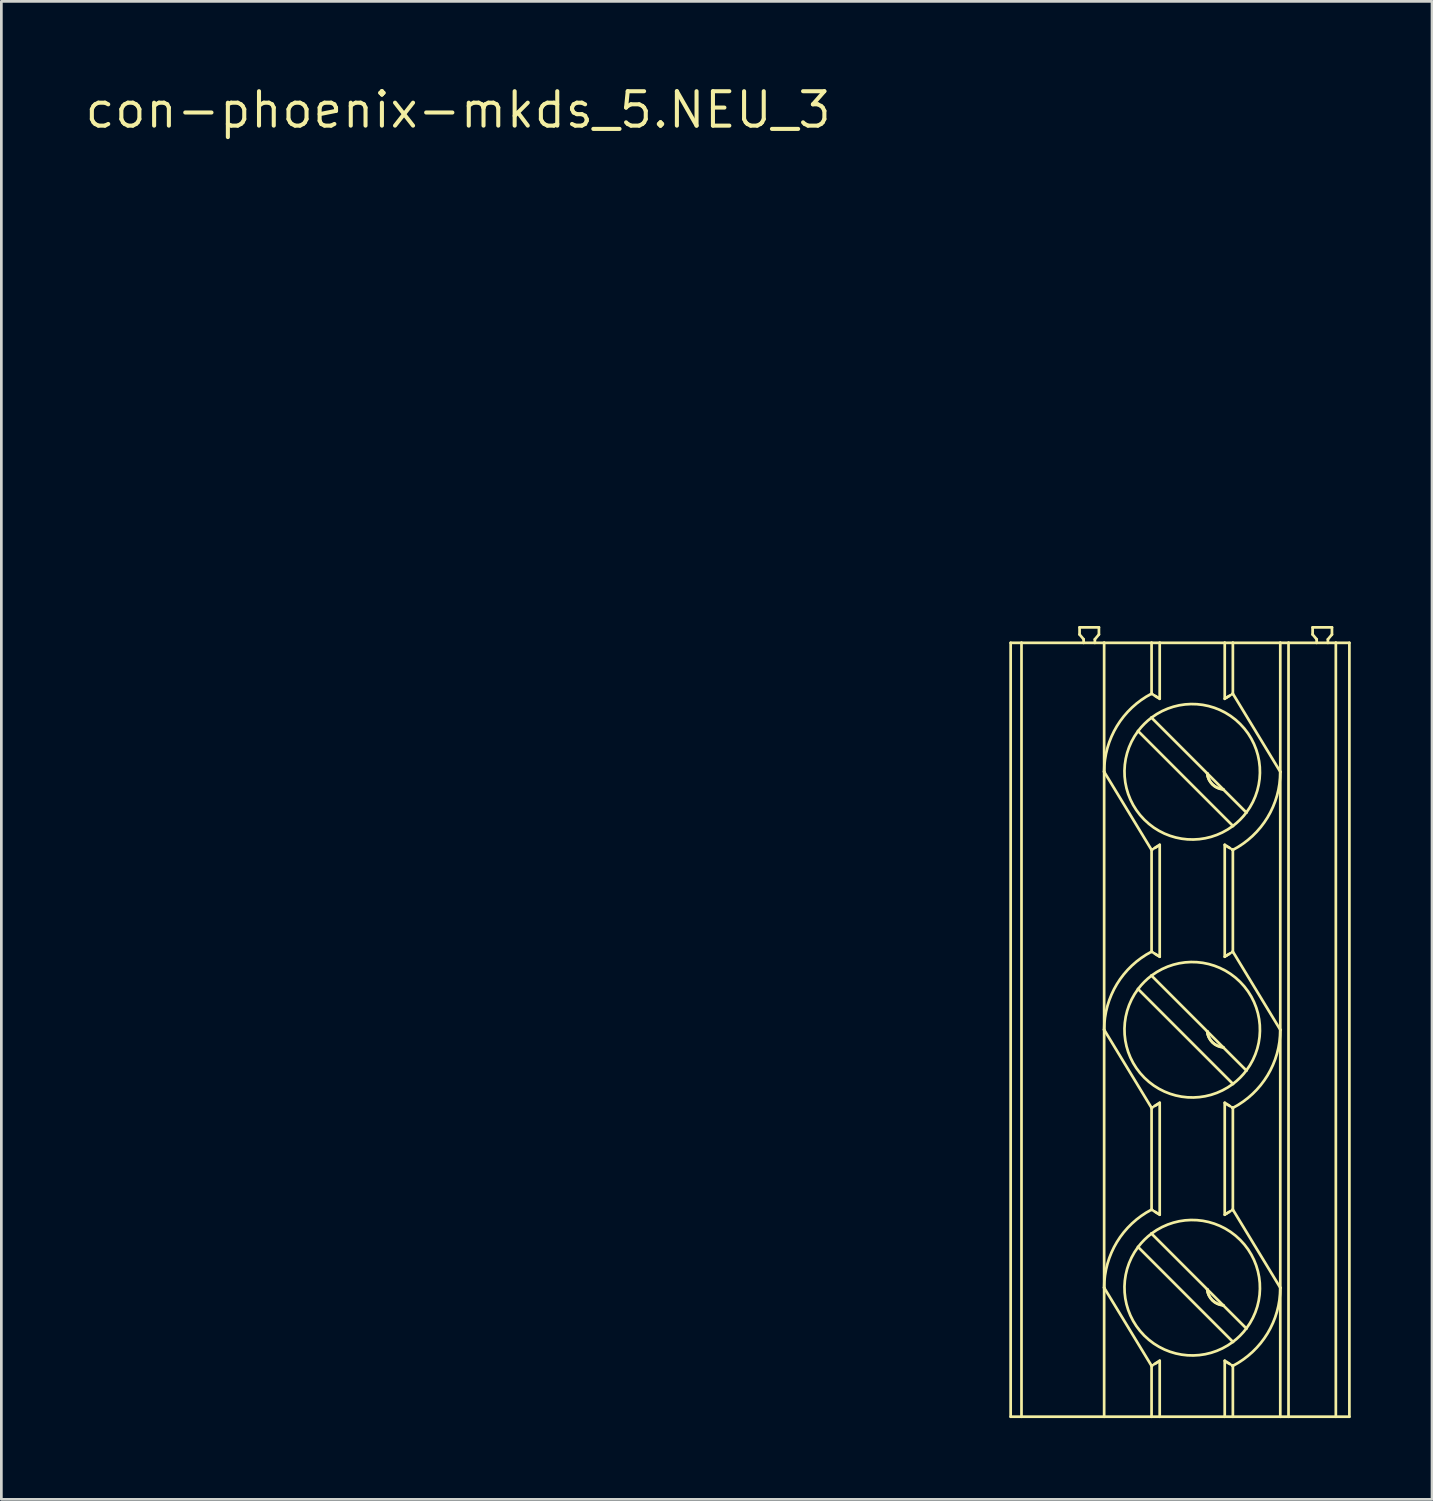
<source format=kicad_pcb>
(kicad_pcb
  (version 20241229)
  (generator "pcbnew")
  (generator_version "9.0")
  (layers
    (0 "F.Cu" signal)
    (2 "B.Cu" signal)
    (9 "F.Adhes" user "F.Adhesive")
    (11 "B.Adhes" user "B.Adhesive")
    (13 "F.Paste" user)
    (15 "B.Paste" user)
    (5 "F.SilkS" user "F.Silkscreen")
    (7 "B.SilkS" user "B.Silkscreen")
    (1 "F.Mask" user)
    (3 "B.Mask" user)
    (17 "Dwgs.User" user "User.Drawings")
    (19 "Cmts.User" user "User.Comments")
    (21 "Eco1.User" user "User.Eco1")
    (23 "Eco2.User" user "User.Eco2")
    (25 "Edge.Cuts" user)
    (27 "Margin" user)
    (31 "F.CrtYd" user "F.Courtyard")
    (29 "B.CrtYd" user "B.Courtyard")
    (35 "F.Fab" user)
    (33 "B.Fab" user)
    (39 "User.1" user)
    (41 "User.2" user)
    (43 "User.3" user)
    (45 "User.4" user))
  (footprint "con-phoenix-mkds_5.NEU_3"
    (layer "F.Cu")
    (at 13.856 1.006)
    (property "Reference" "con-phoenix-mkds_5.NEU_3" (at 0 0 0) (layer "F.SilkS") (effects (font (size 1.27 1.27) (thickness 0.15))))
    (fp_line (start 20.391 48.226) (end 20.391 19.666) (stroke (width 0.1) (type default)) (layer "F.SilkS"))
    (fp_line (start 20.391 48.226) (end 20.791 48.226) (stroke (width 0.1) (type default)) (layer "F.SilkS"))
    (fp_line (start 20.791 19.666) (end 20.391 19.666) (stroke (width 0.1) (type default)) (layer "F.SilkS"))
    (fp_line (start 20.791 19.666) (end 20.791 48.226) (stroke (width 0.1) (type default)) (layer "F.SilkS"))
    (fp_line (start 20.791 19.666) (end 23.084 19.666) (stroke (width 0.1) (type default)) (layer "F.SilkS"))
    (fp_line (start 20.791 48.226) (end 23.841 48.226) (stroke (width 0.1) (type default)) (layer "F.SilkS"))
    (fp_line (start 22.934 19.096) (end 23.648 19.096) (stroke (width 0.1) (type default)) (layer "F.SilkS"))
    (fp_line (start 22.934 19.359) (end 22.934 19.096) (stroke (width 0.1) (type default)) (layer "F.SilkS"))
    (fp_line (start 23.084 19.537) (end 22.934 19.359) (stroke (width 0.1) (type default)) (layer "F.SilkS"))
    (fp_line (start 23.084 19.666) (end 23.084 19.537) (stroke (width 0.1) (type default)) (layer "F.SilkS"))
    (fp_line (start 23.084 19.666) (end 23.498 19.666) (stroke (width 0.1) (type default)) (layer "F.SilkS"))
    (fp_line (start 23.498 19.537) (end 23.498 19.666) (stroke (width 0.1) (type default)) (layer "F.SilkS"))
    (fp_line (start 23.498 19.666) (end 23.841 19.666) (stroke (width 0.1) (type default)) (layer "F.SilkS"))
    (fp_line (start 23.648 19.359) (end 23.498 19.537) (stroke (width 0.1) (type default)) (layer "F.SilkS"))
    (fp_line (start 23.648 19.359) (end 23.648 19.096) (stroke (width 0.1) (type default)) (layer "F.SilkS"))
    (fp_line (start 23.841 19.666) (end 25.591 19.666) (stroke (width 0.1) (type default)) (layer "F.SilkS"))
    (fp_line (start 23.841 24.426) (end 23.841 19.666) (stroke (width 0.1) (type default)) (layer "F.SilkS"))
    (fp_line (start 23.841 24.426) (end 23.841 33.946) (stroke (width 0.1) (type default)) (layer "F.SilkS"))
    (fp_line (start 23.841 24.426) (end 25.591 27.309) (stroke (width 0.1) (type default)) (layer "F.SilkS"))
    (fp_line (start 23.841 33.946) (end 23.841 43.466) (stroke (width 0.1) (type default)) (layer "F.SilkS"))
    (fp_line (start 23.841 33.946) (end 25.591 36.829) (stroke (width 0.1) (type default)) (layer "F.SilkS"))
    (fp_line (start 23.841 43.466) (end 23.841 48.226) (stroke (width 0.1) (type default)) (layer "F.SilkS"))
    (fp_line (start 23.841 43.466) (end 25.591 46.349) (stroke (width 0.1) (type default)) (layer "F.SilkS"))
    (fp_line (start 25.591 19.666) (end 25.891 19.666) (stroke (width 0.1) (type default)) (layer "F.SilkS"))
    (fp_line (start 25.591 21.543) (end 25.591 19.666) (stroke (width 0.1) (type default)) (layer "F.SilkS"))
    (fp_line (start 25.591 31.063) (end 25.591 27.309) (stroke (width 0.1) (type default)) (layer "F.SilkS"))
    (fp_line (start 25.591 40.583) (end 25.591 36.829) (stroke (width 0.1) (type default)) (layer "F.SilkS"))
    (fp_line (start 25.591 48.226) (end 23.841 48.226) (stroke (width 0.1) (type default)) (layer "F.SilkS"))
    (fp_line (start 25.591 48.226) (end 25.591 46.349) (stroke (width 0.1) (type default)) (layer "F.SilkS"))
    (fp_line (start 25.591 48.226) (end 25.891 48.226) (stroke (width 0.1) (type default)) (layer "F.SilkS"))
    (fp_line (start 25.602 21.549) (end 25.613 21.556) (stroke (width 0.1) (type default)) (layer "F.SilkS"))
    (fp_line (start 25.602 31.069) (end 25.613 31.076) (stroke (width 0.1) (type default)) (layer "F.SilkS"))
    (fp_line (start 25.602 40.589) (end 25.613 40.596) (stroke (width 0.1) (type default)) (layer "F.SilkS"))
    (fp_line (start 25.613 21.556) (end 25.625 21.564) (stroke (width 0.1) (type default)) (layer "F.SilkS"))
    (fp_line (start 25.613 27.296) (end 25.602 27.303) (stroke (width 0.1) (type default)) (layer "F.SilkS"))
    (fp_line (start 25.613 31.076) (end 25.625 31.084) (stroke (width 0.1) (type default)) (layer "F.SilkS"))
    (fp_line (start 25.613 36.816) (end 25.602 36.823) (stroke (width 0.1) (type default)) (layer "F.SilkS"))
    (fp_line (start 25.613 40.596) (end 25.625 40.604) (stroke (width 0.1) (type default)) (layer "F.SilkS"))
    (fp_line (start 25.613 46.336) (end 25.602 46.343) (stroke (width 0.1) (type default)) (layer "F.SilkS"))
    (fp_line (start 25.625 27.288) (end 25.613 27.296) (stroke (width 0.1) (type default)) (layer "F.SilkS"))
    (fp_line (start 25.625 36.808) (end 25.613 36.816) (stroke (width 0.1) (type default)) (layer "F.SilkS"))
    (fp_line (start 25.625 46.328) (end 25.613 46.336) (stroke (width 0.1) (type default)) (layer "F.SilkS"))
    (fp_line (start 25.688 21.603) (end 25.751 21.642) (stroke (width 0.1) (type default)) (layer "F.SilkS"))
    (fp_line (start 25.688 31.123) (end 25.751 31.162) (stroke (width 0.1) (type default)) (layer "F.SilkS"))
    (fp_line (start 25.688 40.643) (end 25.751 40.682) (stroke (width 0.1) (type default)) (layer "F.SilkS"))
    (fp_line (start 25.751 21.642) (end 25.814 21.681) (stroke (width 0.1) (type default)) (layer "F.SilkS"))
    (fp_line (start 25.751 27.21) (end 25.688 27.249) (stroke (width 0.1) (type default)) (layer "F.SilkS"))
    (fp_line (start 25.751 36.73) (end 25.688 36.769) (stroke (width 0.1) (type default)) (layer "F.SilkS"))
    (fp_line (start 25.751 40.682) (end 25.814 40.721) (stroke (width 0.1) (type default)) (layer "F.SilkS"))
    (fp_line (start 25.751 46.25) (end 25.688 46.289) (stroke (width 0.1) (type default)) (layer "F.SilkS"))
    (fp_line (start 25.751 31.162) (end 25.814 31.201) (stroke (width 0.1) (type default)) (layer "F.SilkS"))
    (fp_line (start 25.814 27.171) (end 25.751 27.21) (stroke (width 0.1) (type default)) (layer "F.SilkS"))
    (fp_line (start 25.814 36.691) (end 25.751 36.73) (stroke (width 0.1) (type default)) (layer "F.SilkS"))
    (fp_line (start 25.814 46.211) (end 25.751 46.25) (stroke (width 0.1) (type default)) (layer "F.SilkS"))
    (fp_line (start 25.891 21.731) (end 25.891 19.666) (stroke (width 0.1) (type default)) (layer "F.SilkS"))
    (fp_line (start 25.891 31.251) (end 25.891 27.121) (stroke (width 0.1) (type default)) (layer "F.SilkS"))
    (fp_line (start 25.891 40.771) (end 25.891 36.641) (stroke (width 0.1) (type default)) (layer "F.SilkS"))
    (fp_line (start 25.891 48.226) (end 25.891 46.161) (stroke (width 0.1) (type default)) (layer "F.SilkS"))
    (fp_line (start 25.891 48.226) (end 28.291 48.226) (stroke (width 0.1) (type default)) (layer "F.SilkS"))
    (fp_line (start 27.644 24.484) (end 25.588 22.428) (stroke (width 0.1) (type default)) (layer "F.SilkS"))
    (fp_line (start 27.644 34.004) (end 25.588 31.948) (stroke (width 0.1) (type default)) (layer "F.SilkS"))
    (fp_line (start 27.644 43.524) (end 25.588 41.468) (stroke (width 0.1) (type default)) (layer "F.SilkS"))
    (fp_line (start 28.233 25.073) (end 27.644 24.484) (stroke (width 0.1) (type default)) (layer "F.SilkS"))
    (fp_line (start 28.233 34.593) (end 27.644 34.004) (stroke (width 0.1) (type default)) (layer "F.SilkS"))
    (fp_line (start 28.233 44.113) (end 27.644 43.524) (stroke (width 0.1) (type default)) (layer "F.SilkS"))
    (fp_line (start 28.291 19.666) (end 25.891 19.666) (stroke (width 0.1) (type default)) (layer "F.SilkS"))
    (fp_line (start 28.291 19.666) (end 28.291 21.731) (stroke (width 0.1) (type default)) (layer "F.SilkS"))
    (fp_line (start 28.291 27.121) (end 28.291 31.251) (stroke (width 0.1) (type default)) (layer "F.SilkS"))
    (fp_line (start 28.291 36.641) (end 28.291 40.771) (stroke (width 0.1) (type default)) (layer "F.SilkS"))
    (fp_line (start 28.291 46.161) (end 28.291 48.226) (stroke (width 0.1) (type default)) (layer "F.SilkS"))
    (fp_line (start 28.369 21.681) (end 28.431 21.642) (stroke (width 0.1) (type default)) (layer "F.SilkS"))
    (fp_line (start 28.369 31.201) (end 28.431 31.162) (stroke (width 0.1) (type default)) (layer "F.SilkS"))
    (fp_line (start 28.369 40.721) (end 28.431 40.682) (stroke (width 0.1) (type default)) (layer "F.SilkS"))
    (fp_line (start 28.431 21.642) (end 28.494 21.603) (stroke (width 0.1) (type default)) (layer "F.SilkS"))
    (fp_line (start 28.431 31.162) (end 28.494 31.123) (stroke (width 0.1) (type default)) (layer "F.SilkS"))
    (fp_line (start 28.431 36.73) (end 28.369 36.691) (stroke (width 0.1) (type default)) (layer "F.SilkS"))
    (fp_line (start 28.431 27.21) (end 28.369 27.171) (stroke (width 0.1) (type default)) (layer "F.SilkS"))
    (fp_line (start 28.431 40.682) (end 28.494 40.643) (stroke (width 0.1) (type default)) (layer "F.SilkS"))
    (fp_line (start 28.431 46.25) (end 28.369 46.211) (stroke (width 0.1) (type default)) (layer "F.SilkS"))
    (fp_line (start 28.494 27.249) (end 28.431 27.21) (stroke (width 0.1) (type default)) (layer "F.SilkS"))
    (fp_line (start 28.494 36.769) (end 28.431 36.73) (stroke (width 0.1) (type default)) (layer "F.SilkS"))
    (fp_line (start 28.494 46.289) (end 28.431 46.25) (stroke (width 0.1) (type default)) (layer "F.SilkS"))
    (fp_line (start 28.557 21.564) (end 28.569 21.556) (stroke (width 0.1) (type default)) (layer "F.SilkS"))
    (fp_line (start 28.557 31.084) (end 28.569 31.077) (stroke (width 0.1) (type default)) (layer "F.SilkS"))
    (fp_line (start 28.557 40.604) (end 28.569 40.597) (stroke (width 0.1) (type default)) (layer "F.SilkS"))
    (fp_line (start 28.569 21.556) (end 28.58 21.549) (stroke (width 0.1) (type default)) (layer "F.SilkS"))
    (fp_line (start 28.569 27.296) (end 28.557 27.288) (stroke (width 0.1) (type default)) (layer "F.SilkS"))
    (fp_line (start 28.569 31.077) (end 28.58 31.069) (stroke (width 0.1) (type default)) (layer "F.SilkS"))
    (fp_line (start 28.569 36.816) (end 28.557 36.808) (stroke (width 0.1) (type default)) (layer "F.SilkS"))
    (fp_line (start 28.569 40.597) (end 28.58 40.589) (stroke (width 0.1) (type default)) (layer "F.SilkS"))
    (fp_line (start 28.569 46.336) (end 28.557 46.328) (stroke (width 0.1) (type default)) (layer "F.SilkS"))
    (fp_line (start 28.58 27.303) (end 28.569 27.296) (stroke (width 0.1) (type default)) (layer "F.SilkS"))
    (fp_line (start 28.58 36.823) (end 28.569 36.816) (stroke (width 0.1) (type default)) (layer "F.SilkS"))
    (fp_line (start 28.58 46.343) (end 28.569 46.336) (stroke (width 0.1) (type default)) (layer "F.SilkS"))
    (fp_line (start 28.591 19.666) (end 28.291 19.666) (stroke (width 0.1) (type default)) (layer "F.SilkS"))
    (fp_line (start 28.591 19.666) (end 28.591 21.543) (stroke (width 0.1) (type default)) (layer "F.SilkS"))
    (fp_line (start 28.591 19.666) (end 30.341 19.666) (stroke (width 0.1) (type default)) (layer "F.SilkS"))
    (fp_line (start 28.591 27.309) (end 28.591 31.063) (stroke (width 0.1) (type default)) (layer "F.SilkS"))
    (fp_line (start 28.591 36.829) (end 28.591 40.583) (stroke (width 0.1) (type default)) (layer "F.SilkS"))
    (fp_line (start 28.591 46.349) (end 28.591 48.226) (stroke (width 0.1) (type default)) (layer "F.SilkS"))
    (fp_line (start 28.591 48.226) (end 28.291 48.226) (stroke (width 0.1) (type default)) (layer "F.SilkS"))
    (fp_line (start 28.591 48.226) (end 30.341 48.226) (stroke (width 0.1) (type default)) (layer "F.SilkS"))
    (fp_line (start 28.594 26.424) (end 25.093 22.923) (stroke (width 0.1) (type default)) (layer "F.SilkS"))
    (fp_line (start 28.594 35.944) (end 25.093 32.443) (stroke (width 0.1) (type default)) (layer "F.SilkS"))
    (fp_line (start 28.594 45.464) (end 25.093 41.963) (stroke (width 0.1) (type default)) (layer "F.SilkS"))
    (fp_line (start 29.089 25.929) (end 28.233 25.073) (stroke (width 0.1) (type default)) (layer "F.SilkS"))
    (fp_line (start 29.089 35.449) (end 28.233 34.593) (stroke (width 0.1) (type default)) (layer "F.SilkS"))
    (fp_line (start 29.089 44.969) (end 28.233 44.113) (stroke (width 0.1) (type default)) (layer "F.SilkS"))
    (fp_line (start 30.341 19.666) (end 30.645 19.666) (stroke (width 0.1) (type default)) (layer "F.SilkS"))
    (fp_line (start 30.341 24.426) (end 28.591 21.543) (stroke (width 0.1) (type default)) (layer "F.SilkS"))
    (fp_line (start 30.341 24.426) (end 30.341 19.666) (stroke (width 0.1) (type default)) (layer "F.SilkS"))
    (fp_line (start 30.341 33.946) (end 28.591 31.063) (stroke (width 0.1) (type default)) (layer "F.SilkS"))
    (fp_line (start 30.341 33.946) (end 30.341 24.426) (stroke (width 0.1) (type default)) (layer "F.SilkS"))
    (fp_line (start 30.341 43.466) (end 28.591 40.583) (stroke (width 0.1) (type default)) (layer "F.SilkS"))
    (fp_line (start 30.341 43.466) (end 30.341 33.946) (stroke (width 0.1) (type default)) (layer "F.SilkS"))
    (fp_line (start 30.341 43.466) (end 30.341 48.226) (stroke (width 0.1) (type default)) (layer "F.SilkS"))
    (fp_line (start 30.341 48.226) (end 30.645 48.226) (stroke (width 0.1) (type default)) (layer "F.SilkS"))
    (fp_line (start 30.645 19.666) (end 31.684 19.666) (stroke (width 0.1) (type default)) (layer "F.SilkS"))
    (fp_line (start 30.645 48.226) (end 30.645 19.666) (stroke (width 0.1) (type default)) (layer "F.SilkS"))
    (fp_line (start 30.645 48.226) (end 32.391 48.226) (stroke (width 0.1) (type default)) (layer "F.SilkS"))
    (fp_line (start 31.534 19.096) (end 32.248 19.096) (stroke (width 0.1) (type default)) (layer "F.SilkS"))
    (fp_line (start 31.534 19.359) (end 31.534 19.096) (stroke (width 0.1) (type default)) (layer "F.SilkS"))
    (fp_line (start 31.684 19.537) (end 31.534 19.359) (stroke (width 0.1) (type default)) (layer "F.SilkS"))
    (fp_line (start 31.684 19.666) (end 31.684 19.537) (stroke (width 0.1) (type default)) (layer "F.SilkS"))
    (fp_line (start 31.684 19.666) (end 32.098 19.666) (stroke (width 0.1) (type default)) (layer "F.SilkS"))
    (fp_line (start 32.098 19.537) (end 32.098 19.666) (stroke (width 0.1) (type default)) (layer "F.SilkS"))
    (fp_line (start 32.098 19.537) (end 32.248 19.359) (stroke (width 0.1) (type default)) (layer "F.SilkS"))
    (fp_line (start 32.098 19.666) (end 32.391 19.666) (stroke (width 0.1) (type default)) (layer "F.SilkS"))
    (fp_line (start 32.248 19.096) (end 32.248 19.359) (stroke (width 0.1) (type default)) (layer "F.SilkS"))
    (fp_line (start 32.391 48.226) (end 32.391 19.666) (stroke (width 0.1) (type default)) (layer "F.SilkS"))
    (fp_line (start 32.891 19.666) (end 32.391 19.666) (stroke (width 0.1) (type default)) (layer "F.SilkS"))
    (fp_line (start 32.891 19.666) (end 32.891 48.226) (stroke (width 0.1) (type default)) (layer "F.SilkS"))
    (fp_line (start 32.891 48.226) (end 32.391 48.226) (stroke (width 0.1) (type default)) (layer "F.SilkS"))
    (fp_arc (start 23.841 24.426) (mid 24.312747 22.739681) (end 25.591 21.5429) (stroke (width 0.1) (type default)) (layer "F.SilkS"))
    (fp_arc (start 23.841 33.946) (mid 24.312747 32.259681) (end 25.591 31.0629) (stroke (width 0.1) (type default)) (layer "F.SilkS"))
    (fp_arc (start 23.841 43.466) (mid 24.312747 41.779681) (end 25.591 40.5829) (stroke (width 0.1) (type default)) (layer "F.SilkS"))
    (fp_arc (start 25.0932 22.9231) (mid 25.323245 22.658245) (end 25.5881 22.4282) (stroke (width 0.1) (type default)) (layer "F.SilkS"))
    (fp_arc (start 25.0932 32.4431) (mid 25.323245 32.178245) (end 25.5881 31.9482) (stroke (width 0.1) (type default)) (layer "F.SilkS"))
    (fp_arc (start 25.0932 41.9631) (mid 25.323245 41.698245) (end 25.5881 41.4682) (stroke (width 0.1) (type default)) (layer "F.SilkS"))
    (fp_arc (start 25.5881 22.4282) (mid 28.858755 22.658245) (end 29.0888 25.9289) (stroke (width 0.1) (type default)) (layer "F.SilkS"))
    (fp_arc (start 25.5881 31.9482) (mid 28.858755 32.178245) (end 29.0888 35.4489) (stroke (width 0.1) (type default)) (layer "F.SilkS"))
    (fp_arc (start 25.5881 41.4682) (mid 28.858755 41.698245) (end 29.0888 44.9689) (stroke (width 0.1) (type default)) (layer "F.SilkS"))
    (fp_arc (start 25.8135 21.6813) (mid 25.852302 21.70612) (end 25.891 21.7311) (stroke (width 0.1) (type default)) (layer "F.SilkS"))
    (fp_arc (start 25.8135 31.2013) (mid 25.852302 31.226119) (end 25.891 31.2511) (stroke (width 0.1) (type default)) (layer "F.SilkS"))
    (fp_arc (start 25.8135 40.7213) (mid 25.852302 40.746119) (end 25.891 40.7711) (stroke (width 0.1) (type default)) (layer "F.SilkS"))
    (fp_arc (start 25.891 27.1209) (mid 25.852302 27.145931) (end 25.8135 27.1708) (stroke (width 0.1) (type default)) (layer "F.SilkS"))
    (fp_arc (start 25.891 36.6409) (mid 25.852302 36.665931) (end 25.8135 36.6908) (stroke (width 0.1) (type default)) (layer "F.SilkS"))
    (fp_arc (start 25.891 46.1609) (mid 25.852302 46.185931) (end 25.8135 46.2108) (stroke (width 0.1) (type default)) (layer "F.SilkS"))
    (fp_arc (start 28.2334 25.0734) (mid 27.831411 24.885589) (end 27.6436 24.4836) (stroke (width 0.1) (type default)) (layer "F.SilkS"))
    (fp_arc (start 28.2334 25.0734) (mid 27.831411 24.885589) (end 27.6436 24.4836) (stroke (width 0.1) (type default)) (layer "F.SilkS"))
    (fp_arc (start 28.2334 34.5934) (mid 27.831411 34.405589) (end 27.6436 34.0036) (stroke (width 0.1) (type default)) (layer "F.SilkS"))
    (fp_arc (start 28.2334 34.5934) (mid 27.831411 34.405589) (end 27.6436 34.0036) (stroke (width 0.1) (type default)) (layer "F.SilkS"))
    (fp_arc (start 28.2334 44.1134) (mid 27.831411 43.925589) (end 27.6436 43.5236) (stroke (width 0.1) (type default)) (layer "F.SilkS"))
    (fp_arc (start 28.2334 44.1134) (mid 27.831411 43.925589) (end 27.6436 43.5236) (stroke (width 0.1) (type default)) (layer "F.SilkS"))
    (fp_arc (start 28.291 21.7311) (mid 28.329698 21.706119) (end 28.3685 21.6813) (stroke (width 0.1) (type default)) (layer "F.SilkS"))
    (fp_arc (start 28.291 31.2511) (mid 28.329698 31.226119) (end 28.3685 31.2013) (stroke (width 0.1) (type default)) (layer "F.SilkS"))
    (fp_arc (start 28.291 40.7711) (mid 28.329698 40.746119) (end 28.3685 40.7213) (stroke (width 0.1) (type default)) (layer "F.SilkS"))
    (fp_arc (start 28.3685 27.1708) (mid 28.329698 27.145931) (end 28.291 27.1209) (stroke (width 0.1) (type default)) (layer "F.SilkS"))
    (fp_arc (start 28.3685 36.6908) (mid 28.329698 36.66593) (end 28.291 36.6409) (stroke (width 0.1) (type default)) (layer "F.SilkS"))
    (fp_arc (start 28.3685 46.2108) (mid 28.329698 46.185931) (end 28.291 46.1609) (stroke (width 0.1) (type default)) (layer "F.SilkS"))
    (fp_arc (start 28.5939 26.4238) (mid 25.323245 26.193755) (end 25.0932 22.9231) (stroke (width 0.1) (type default)) (layer "F.SilkS"))
    (fp_arc (start 28.5939 35.9438) (mid 25.323245 35.713755) (end 25.0932 32.4431) (stroke (width 0.1) (type default)) (layer "F.SilkS"))
    (fp_arc (start 28.5939 45.4638) (mid 25.323245 45.233755) (end 25.0932 41.9631) (stroke (width 0.1) (type default)) (layer "F.SilkS"))
    (fp_arc (start 29.0888 25.9289) (mid 28.858755 26.193755) (end 28.5939 26.4238) (stroke (width 0.1) (type default)) (layer "F.SilkS"))
    (fp_arc (start 29.0888 35.4489) (mid 28.858755 35.713755) (end 28.5939 35.9438) (stroke (width 0.1) (type default)) (layer "F.SilkS"))
    (fp_arc (start 29.0888 44.9689) (mid 28.858755 45.233755) (end 28.5939 45.4638) (stroke (width 0.1) (type default)) (layer "F.SilkS"))
    (fp_arc (start 30.341 24.426) (mid 29.869253 26.112319) (end 28.591 27.3091) (stroke (width 0.1) (type default)) (layer "F.SilkS"))
    (fp_arc (start 30.341 33.946) (mid 29.869253 35.632319) (end 28.591 36.8291) (stroke (width 0.1) (type default)) (layer "F.SilkS"))
    (fp_arc (start 30.341 43.466) (mid 29.869253 45.152319) (end 28.591 46.3491) (stroke (width 0.1) (type default)) (layer "F.SilkS"))
    (fp_circle (center 27.091 24.426) (end 29.691 24.426) (stroke (width 0.001) (type default)) (fill no) (layer "F.SilkS"))
    (fp_circle (center 27.091 33.946) (end 29.691 33.946) (stroke (width 0.001) (type default)) (fill no) (layer "F.SilkS"))
    (fp_circle (center 27.091 43.466) (end 29.691 43.466) (stroke (width 0.001) (type default)) (fill no) (layer "F.SilkS")))
  (gr_rect
    (start -3 -3)
    (end 49.797 52.282)
    (stroke (width 0.1) (type default))
    (fill no)
    (layer "Edge.Cuts")))
</source>
